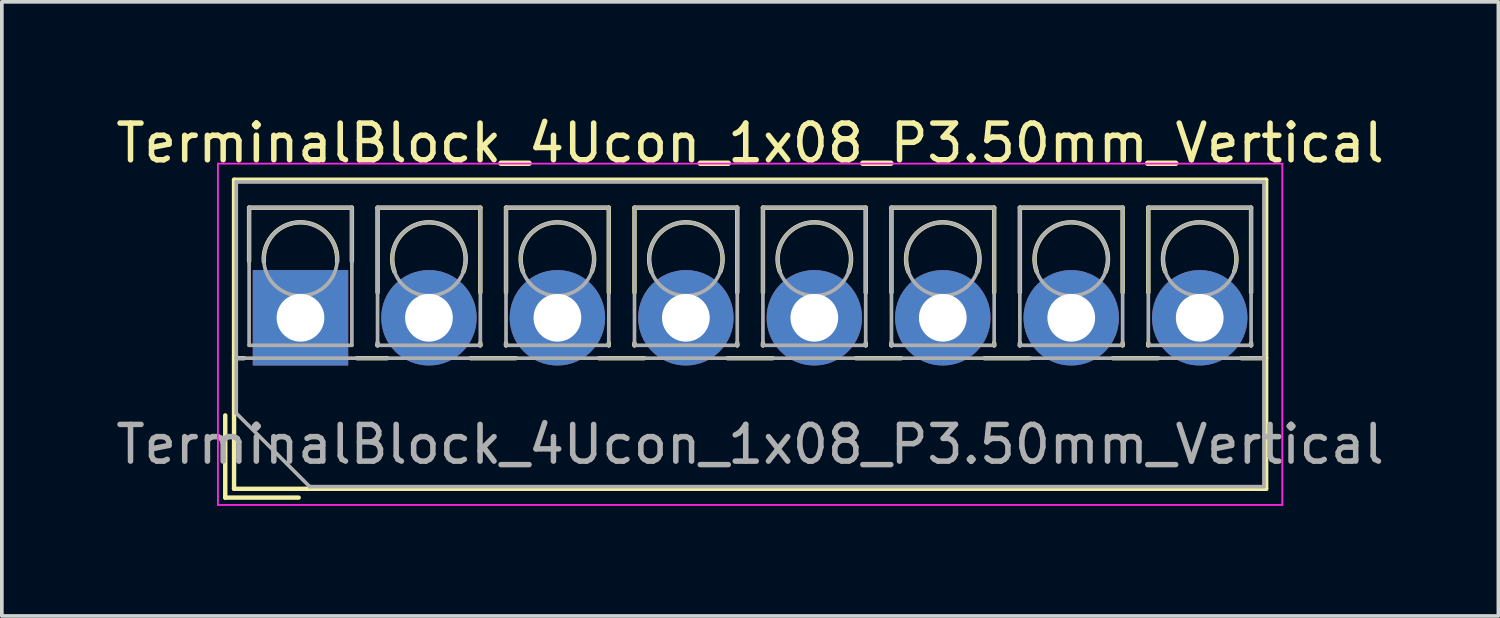
<source format=kicad_pcb>
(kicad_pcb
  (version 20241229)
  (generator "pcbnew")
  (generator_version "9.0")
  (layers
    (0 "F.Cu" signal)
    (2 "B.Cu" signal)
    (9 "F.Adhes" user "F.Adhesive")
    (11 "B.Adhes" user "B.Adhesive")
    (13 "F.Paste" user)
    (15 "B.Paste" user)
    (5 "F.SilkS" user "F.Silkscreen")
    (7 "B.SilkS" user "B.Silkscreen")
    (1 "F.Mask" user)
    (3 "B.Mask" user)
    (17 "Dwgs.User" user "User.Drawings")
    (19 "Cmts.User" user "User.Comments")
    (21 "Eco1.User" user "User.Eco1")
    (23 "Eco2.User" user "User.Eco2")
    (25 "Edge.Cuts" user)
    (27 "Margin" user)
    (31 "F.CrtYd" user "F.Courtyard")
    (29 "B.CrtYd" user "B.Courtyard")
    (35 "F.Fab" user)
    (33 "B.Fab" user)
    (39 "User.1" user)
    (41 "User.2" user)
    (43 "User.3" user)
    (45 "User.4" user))
  (footprint "TerminalBlock_4Ucon_1x08_P3.50mm_Vertical"
    (layer "F.Cu")
    (at 5.137 5.608)
    (property "Reference" "TerminalBlock_4Ucon_1x08_P3.50mm_Vertical" (at 12.25 -4.76 0) (layer "F.SilkS") (effects (font (size 1 1) (thickness 0.15))))
    (attr through_hole)
    (fp_line (start -2.05 2.66) (end -2.05 4.9) (stroke (width 0.12) (type solid)) (layer "F.SilkS"))
    (fp_line (start -2.05 4.9) (end -0.05 4.9) (stroke (width 0.12) (type solid)) (layer "F.SilkS"))
    (fp_line (start -1.81 -3.76) (end -1.81 4.66) (stroke (width 0.12) (type solid)) (layer "F.SilkS"))
    (fp_line (start -1.81 -3.76) (end 26.31 -3.76) (stroke (width 0.12) (type solid)) (layer "F.SilkS"))
    (fp_line (start -1.81 1.101) (end -1.54 1.101) (stroke (width 0.12) (type solid)) (layer "F.SilkS"))
    (fp_line (start -1.81 4.66) (end 26.31 4.66) (stroke (width 0.12) (type solid)) (layer "F.SilkS"))
    (fp_line (start -1.4 -3) (end -1.4 -1.54) (stroke (width 0.12) (type solid)) (layer "F.SilkS"))
    (fp_line (start -1.4 -3) (end 1.4 -3) (stroke (width 0.12) (type solid)) (layer "F.SilkS"))
    (fp_line (start 1.4 -3) (end 1.4 -1.54) (stroke (width 0.12) (type solid)) (layer "F.SilkS"))
    (fp_line (start 1.54 1.101) (end 2.367 1.101) (stroke (width 0.12) (type solid)) (layer "F.SilkS"))
    (fp_line (start 2.1 -3) (end 2.1 -0.689) (stroke (width 0.12) (type solid)) (layer "F.SilkS"))
    (fp_line (start 2.1 -3) (end 4.9 -3) (stroke (width 0.12) (type solid)) (layer "F.SilkS"))
    (fp_line (start 2.1 0.689) (end 2.1 0.75) (stroke (width 0.12) (type solid)) (layer "F.SilkS"))
    (fp_line (start 2.1 0.75) (end 2.101 0.75) (stroke (width 0.12) (type solid)) (layer "F.SilkS"))
    (fp_line (start 4.634 1.101) (end 5.867 1.101) (stroke (width 0.12) (type solid)) (layer "F.SilkS"))
    (fp_line (start 4.9 -3) (end 4.9 -0.689) (stroke (width 0.12) (type solid)) (layer "F.SilkS"))
    (fp_line (start 4.9 0.689) (end 4.9 0.75) (stroke (width 0.12) (type solid)) (layer "F.SilkS"))
    (fp_line (start 4.9 0.75) (end 4.9 0.75) (stroke (width 0.12) (type solid)) (layer "F.SilkS"))
    (fp_line (start 5.6 -3) (end 5.6 -0.689) (stroke (width 0.12) (type solid)) (layer "F.SilkS"))
    (fp_line (start 5.6 -3) (end 8.4 -3) (stroke (width 0.12) (type solid)) (layer "F.SilkS"))
    (fp_line (start 5.6 0.689) (end 5.6 0.75) (stroke (width 0.12) (type solid)) (layer "F.SilkS"))
    (fp_line (start 5.6 0.75) (end 5.601 0.75) (stroke (width 0.12) (type solid)) (layer "F.SilkS"))
    (fp_line (start 8.134 1.101) (end 9.367 1.101) (stroke (width 0.12) (type solid)) (layer "F.SilkS"))
    (fp_line (start 8.4 -3) (end 8.4 -0.689) (stroke (width 0.12) (type solid)) (layer "F.SilkS"))
    (fp_line (start 8.4 0.689) (end 8.4 0.75) (stroke (width 0.12) (type solid)) (layer "F.SilkS"))
    (fp_line (start 8.4 0.75) (end 8.4 0.75) (stroke (width 0.12) (type solid)) (layer "F.SilkS"))
    (fp_line (start 9.1 -3) (end 9.1 -0.689) (stroke (width 0.12) (type solid)) (layer "F.SilkS"))
    (fp_line (start 9.1 -3) (end 11.9 -3) (stroke (width 0.12) (type solid)) (layer "F.SilkS"))
    (fp_line (start 9.1 0.689) (end 9.1 0.75) (stroke (width 0.12) (type solid)) (layer "F.SilkS"))
    (fp_line (start 9.1 0.75) (end 9.101 0.75) (stroke (width 0.12) (type solid)) (layer "F.SilkS"))
    (fp_line (start 11.634 1.101) (end 12.867 1.101) (stroke (width 0.12) (type solid)) (layer "F.SilkS"))
    (fp_line (start 11.9 -3) (end 11.9 -0.689) (stroke (width 0.12) (type solid)) (layer "F.SilkS"))
    (fp_line (start 11.9 0.689) (end 11.9 0.75) (stroke (width 0.12) (type solid)) (layer "F.SilkS"))
    (fp_line (start 11.9 0.75) (end 11.9 0.75) (stroke (width 0.12) (type solid)) (layer "F.SilkS"))
    (fp_line (start 12.6 -3) (end 12.6 -0.689) (stroke (width 0.12) (type solid)) (layer "F.SilkS"))
    (fp_line (start 12.6 -3) (end 15.4 -3) (stroke (width 0.12) (type solid)) (layer "F.SilkS"))
    (fp_line (start 12.6 0.689) (end 12.6 0.75) (stroke (width 0.12) (type solid)) (layer "F.SilkS"))
    (fp_line (start 12.6 0.75) (end 12.601 0.75) (stroke (width 0.12) (type solid)) (layer "F.SilkS"))
    (fp_line (start 15.134 1.101) (end 16.367 1.101) (stroke (width 0.12) (type solid)) (layer "F.SilkS"))
    (fp_line (start 15.4 -3) (end 15.4 -0.689) (stroke (width 0.12) (type solid)) (layer "F.SilkS"))
    (fp_line (start 15.4 0.689) (end 15.4 0.75) (stroke (width 0.12) (type solid)) (layer "F.SilkS"))
    (fp_line (start 15.4 0.75) (end 15.4 0.75) (stroke (width 0.12) (type solid)) (layer "F.SilkS"))
    (fp_line (start 16.101 -3) (end 16.101 -0.689) (stroke (width 0.12) (type solid)) (layer "F.SilkS"))
    (fp_line (start 16.101 -3) (end 18.9 -3) (stroke (width 0.12) (type solid)) (layer "F.SilkS"))
    (fp_line (start 16.101 0.689) (end 16.101 0.75) (stroke (width 0.12) (type solid)) (layer "F.SilkS"))
    (fp_line (start 16.101 0.75) (end 16.101 0.75) (stroke (width 0.12) (type solid)) (layer "F.SilkS"))
    (fp_line (start 18.634 1.101) (end 19.867 1.101) (stroke (width 0.12) (type solid)) (layer "F.SilkS"))
    (fp_line (start 18.9 -3) (end 18.9 -0.689) (stroke (width 0.12) (type solid)) (layer "F.SilkS"))
    (fp_line (start 18.9 0.689) (end 18.9 0.75) (stroke (width 0.12) (type solid)) (layer "F.SilkS"))
    (fp_line (start 18.9 0.75) (end 18.9 0.75) (stroke (width 0.12) (type solid)) (layer "F.SilkS"))
    (fp_line (start 19.6 -3) (end 19.6 -0.689) (stroke (width 0.12) (type solid)) (layer "F.SilkS"))
    (fp_line (start 19.6 -3) (end 22.4 -3) (stroke (width 0.12) (type solid)) (layer "F.SilkS"))
    (fp_line (start 19.6 0.689) (end 19.6 0.75) (stroke (width 0.12) (type solid)) (layer "F.SilkS"))
    (fp_line (start 19.6 0.75) (end 19.601 0.75) (stroke (width 0.12) (type solid)) (layer "F.SilkS"))
    (fp_line (start 22.134 1.101) (end 23.367 1.101) (stroke (width 0.12) (type solid)) (layer "F.SilkS"))
    (fp_line (start 22.4 -3) (end 22.4 -0.689) (stroke (width 0.12) (type solid)) (layer "F.SilkS"))
    (fp_line (start 22.4 0.689) (end 22.4 0.75) (stroke (width 0.12) (type solid)) (layer "F.SilkS"))
    (fp_line (start 22.4 0.75) (end 22.4 0.75) (stroke (width 0.12) (type solid)) (layer "F.SilkS"))
    (fp_line (start 23.1 -3) (end 23.1 -0.689) (stroke (width 0.12) (type solid)) (layer "F.SilkS"))
    (fp_line (start 23.1 -3) (end 25.9 -3) (stroke (width 0.12) (type solid)) (layer "F.SilkS"))
    (fp_line (start 23.1 0.689) (end 23.1 0.75) (stroke (width 0.12) (type solid)) (layer "F.SilkS"))
    (fp_line (start 23.1 0.75) (end 23.101 0.75) (stroke (width 0.12) (type solid)) (layer "F.SilkS"))
    (fp_line (start 25.634 1.101) (end 26.31 1.101) (stroke (width 0.12) (type solid)) (layer "F.SilkS"))
    (fp_line (start 25.9 -3) (end 25.9 -0.689) (stroke (width 0.12) (type solid)) (layer "F.SilkS"))
    (fp_line (start 25.9 0.689) (end 25.9 0.75) (stroke (width 0.12) (type solid)) (layer "F.SilkS"))
    (fp_line (start 25.9 0.75) (end 25.9 0.75) (stroke (width 0.12) (type solid)) (layer "F.SilkS"))
    (fp_line (start 26.31 -3.76) (end 26.31 4.66) (stroke (width 0.12) (type solid)) (layer "F.SilkS"))
    (fp_arc (start -0.99789 -1.529434) (mid -0.000785 -2.600382) (end 0.998 -1.531) (stroke (width 0.12) (type solid)) (layer "F.SilkS"))
    (fp_arc (start 2.560085 -1.257767) (mid 3.499876 -2.600282) (end 4.44 -1.258) (stroke (width 0.12) (type solid)) (layer "F.SilkS"))
    (fp_arc (start 6.060085 -1.257767) (mid 6.999876 -2.600282) (end 7.94 -1.258) (stroke (width 0.12) (type solid)) (layer "F.SilkS"))
    (fp_arc (start 9.560085 -1.257767) (mid 10.499876 -2.600282) (end 11.44 -1.258) (stroke (width 0.12) (type solid)) (layer "F.SilkS"))
    (fp_arc (start 13.060085 -1.257767) (mid 13.999876 -2.600282) (end 14.94 -1.258) (stroke (width 0.12) (type solid)) (layer "F.SilkS"))
    (fp_arc (start 16.560085 -1.257767) (mid 17.499876 -2.600282) (end 18.44 -1.258) (stroke (width 0.12) (type solid)) (layer "F.SilkS"))
    (fp_arc (start 20.060085 -1.257767) (mid 20.999876 -2.600282) (end 21.94 -1.258) (stroke (width 0.12) (type solid)) (layer "F.SilkS"))
    (fp_arc (start 23.560085 -1.257767) (mid 24.499876 -2.600282) (end 25.44 -1.258) (stroke (width 0.12) (type solid)) (layer "F.SilkS"))
    (fp_line (start -2.25 -4.2) (end -2.25 5.1) (stroke (width 0.05) (type solid)) (layer "F.CrtYd"))
    (fp_line (start -2.25 5.1) (end 26.75 5.1) (stroke (width 0.05) (type solid)) (layer "F.CrtYd"))
    (fp_line (start 26.75 -4.2) (end -2.25 -4.2) (stroke (width 0.05) (type solid)) (layer "F.CrtYd"))
    (fp_line (start 26.75 5.1) (end 26.75 -4.2) (stroke (width 0.05) (type solid)) (layer "F.CrtYd"))
    (fp_line (start -1.75 -3.7) (end 26.25 -3.7) (stroke (width 0.1) (type solid)) (layer "F.Fab"))
    (fp_line (start -1.75 1.1) (end 26.25 1.1) (stroke (width 0.1) (type solid)) (layer "F.Fab"))
    (fp_line (start -1.75 2.6) (end -1.75 -3.7) (stroke (width 0.1) (type solid)) (layer "F.Fab"))
    (fp_line (start -1.4 -3) (end -1.4 0.75) (stroke (width 0.1) (type solid)) (layer "F.Fab"))
    (fp_line (start -1.4 0.75) (end 1.4 0.75) (stroke (width 0.1) (type solid)) (layer "F.Fab"))
    (fp_line (start 0.25 4.6) (end -1.75 2.6) (stroke (width 0.1) (type solid)) (layer "F.Fab"))
    (fp_line (start 1.4 -3) (end -1.4 -3) (stroke (width 0.1) (type solid)) (layer "F.Fab"))
    (fp_line (start 1.4 0.75) (end 1.4 -3) (stroke (width 0.1) (type solid)) (layer "F.Fab"))
    (fp_line (start 2.1 -3) (end 2.1 0.75) (stroke (width 0.1) (type solid)) (layer "F.Fab"))
    (fp_line (start 2.1 0.75) (end 4.9 0.75) (stroke (width 0.1) (type solid)) (layer "F.Fab"))
    (fp_line (start 4.9 -3) (end 2.1 -3) (stroke (width 0.1) (type solid)) (layer "F.Fab"))
    (fp_line (start 4.9 0.75) (end 4.9 -3) (stroke (width 0.1) (type solid)) (layer "F.Fab"))
    (fp_line (start 5.6 -3) (end 5.6 0.75) (stroke (width 0.1) (type solid)) (layer "F.Fab"))
    (fp_line (start 5.6 0.75) (end 8.4 0.75) (stroke (width 0.1) (type solid)) (layer "F.Fab"))
    (fp_line (start 8.4 -3) (end 5.6 -3) (stroke (width 0.1) (type solid)) (layer "F.Fab"))
    (fp_line (start 8.4 0.75) (end 8.4 -3) (stroke (width 0.1) (type solid)) (layer "F.Fab"))
    (fp_line (start 9.1 -3) (end 9.1 0.75) (stroke (width 0.1) (type solid)) (layer "F.Fab"))
    (fp_line (start 9.1 0.75) (end 11.9 0.75) (stroke (width 0.1) (type solid)) (layer "F.Fab"))
    (fp_line (start 11.9 -3) (end 9.1 -3) (stroke (width 0.1) (type solid)) (layer "F.Fab"))
    (fp_line (start 11.9 0.75) (end 11.9 -3) (stroke (width 0.1) (type solid)) (layer "F.Fab"))
    (fp_line (start 12.6 -3) (end 12.6 0.75) (stroke (width 0.1) (type solid)) (layer "F.Fab"))
    (fp_line (start 12.6 0.75) (end 15.4 0.75) (stroke (width 0.1) (type solid)) (layer "F.Fab"))
    (fp_line (start 15.4 -3) (end 12.6 -3) (stroke (width 0.1) (type solid)) (layer "F.Fab"))
    (fp_line (start 15.4 0.75) (end 15.4 -3) (stroke (width 0.1) (type solid)) (layer "F.Fab"))
    (fp_line (start 16.101 -3) (end 16.101 0.75) (stroke (width 0.1) (type solid)) (layer "F.Fab"))
    (fp_line (start 16.101 0.75) (end 18.9 0.75) (stroke (width 0.1) (type solid)) (layer "F.Fab"))
    (fp_line (start 18.9 -3) (end 16.101 -3) (stroke (width 0.1) (type solid)) (layer "F.Fab"))
    (fp_line (start 18.9 0.75) (end 18.9 -3) (stroke (width 0.1) (type solid)) (layer "F.Fab"))
    (fp_line (start 19.6 -3) (end 19.6 0.75) (stroke (width 0.1) (type solid)) (layer "F.Fab"))
    (fp_line (start 19.6 0.75) (end 22.4 0.75) (stroke (width 0.1) (type solid)) (layer "F.Fab"))
    (fp_line (start 22.4 -3) (end 19.6 -3) (stroke (width 0.1) (type solid)) (layer "F.Fab"))
    (fp_line (start 22.4 0.75) (end 22.4 -3) (stroke (width 0.1) (type solid)) (layer "F.Fab"))
    (fp_line (start 23.1 -3) (end 23.1 0.75) (stroke (width 0.1) (type solid)) (layer "F.Fab"))
    (fp_line (start 23.1 0.75) (end 25.9 0.75) (stroke (width 0.1) (type solid)) (layer "F.Fab"))
    (fp_line (start 25.9 -3) (end 23.1 -3) (stroke (width 0.1) (type solid)) (layer "F.Fab"))
    (fp_line (start 25.9 0.75) (end 25.9 -3) (stroke (width 0.1) (type solid)) (layer "F.Fab"))
    (fp_line (start 26.25 -3.7) (end 26.25 4.6) (stroke (width 0.1) (type solid)) (layer "F.Fab"))
    (fp_line (start 26.25 4.6) (end 0.25 4.6) (stroke (width 0.1) (type solid)) (layer "F.Fab"))
    (fp_circle (center 0 -1.6) (end 1 -1.6) (stroke (width 0.1) (type solid)) (fill no) (layer "F.Fab"))
    (fp_circle (center 3.5 -1.6) (end 4.5 -1.6) (stroke (width 0.1) (type solid)) (fill no) (layer "F.Fab"))
    (fp_circle (center 7 -1.6) (end 8 -1.6) (stroke (width 0.1) (type solid)) (fill no) (layer "F.Fab"))
    (fp_circle (center 10.5 -1.6) (end 11.5 -1.6) (stroke (width 0.1) (type solid)) (fill no) (layer "F.Fab"))
    (fp_circle (center 14 -1.6) (end 15 -1.6) (stroke (width 0.1) (type solid)) (fill no) (layer "F.Fab"))
    (fp_circle (center 17.5 -1.6) (end 18.5 -1.6) (stroke (width 0.1) (type solid)) (fill no) (layer "F.Fab"))
    (fp_circle (center 21 -1.6) (end 22 -1.6) (stroke (width 0.1) (type solid)) (fill no) (layer "F.Fab"))
    (fp_circle (center 24.5 -1.6) (end 25.5 -1.6) (stroke (width 0.1) (type solid)) (fill no) (layer "F.Fab"))
    (fp_text user "${REFERENCE}" (at 12.25 3.45 0) (layer "F.Fab") (effects (font (size 1 1) (thickness 0.15))))
    (pad "1" thru_hole rect (at 0 0) (size 2.6 2.6) (drill 1.3) (layers "*.Cu" "*.Mask"))
    (pad "2" thru_hole circle (at 3.5 0) (size 2.6 2.6) (drill 1.3) (layers "*.Cu" "*.Mask"))
    (pad "3" thru_hole circle (at 7 0) (size 2.6 2.6) (drill 1.3) (layers "*.Cu" "*.Mask"))
    (pad "4" thru_hole circle (at 10.5 0) (size 2.6 2.6) (drill 1.3) (layers "*.Cu" "*.Mask"))
    (pad "5" thru_hole circle (at 14 0) (size 2.6 2.6) (drill 1.3) (layers "*.Cu" "*.Mask"))
    (pad "6" thru_hole circle (at 17.5 0) (size 2.6 2.6) (drill 1.3) (layers "*.Cu" "*.Mask"))
    (pad "7" thru_hole circle (at 21 0) (size 2.6 2.6) (drill 1.3) (layers "*.Cu" "*.Mask"))
    (pad "8" thru_hole circle (at 24.5 0) (size 2.6 2.6) (drill 1.3) (layers "*.Cu" "*.Mask")))
  (gr_rect
    (start -3 -3)
    (end 37.774 13.733)
    (stroke (width 0.1) (type default))
    (fill no)
    (layer "Edge.Cuts")))
</source>
